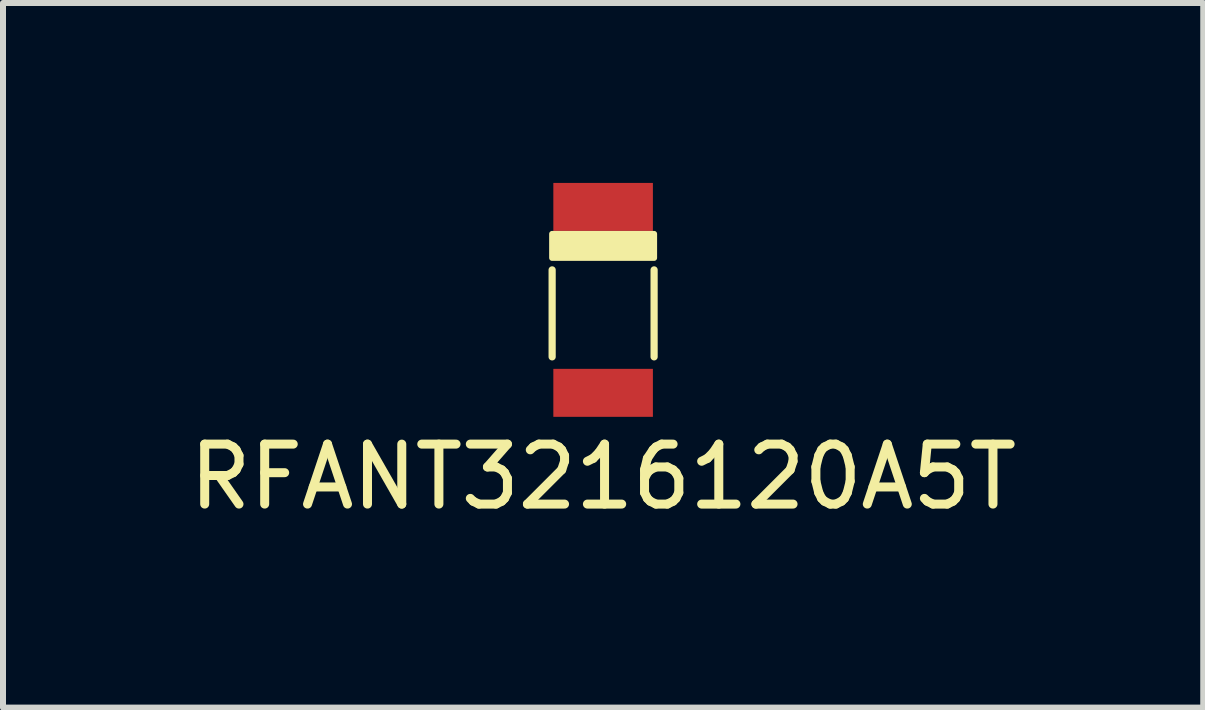
<source format=kicad_pcb>
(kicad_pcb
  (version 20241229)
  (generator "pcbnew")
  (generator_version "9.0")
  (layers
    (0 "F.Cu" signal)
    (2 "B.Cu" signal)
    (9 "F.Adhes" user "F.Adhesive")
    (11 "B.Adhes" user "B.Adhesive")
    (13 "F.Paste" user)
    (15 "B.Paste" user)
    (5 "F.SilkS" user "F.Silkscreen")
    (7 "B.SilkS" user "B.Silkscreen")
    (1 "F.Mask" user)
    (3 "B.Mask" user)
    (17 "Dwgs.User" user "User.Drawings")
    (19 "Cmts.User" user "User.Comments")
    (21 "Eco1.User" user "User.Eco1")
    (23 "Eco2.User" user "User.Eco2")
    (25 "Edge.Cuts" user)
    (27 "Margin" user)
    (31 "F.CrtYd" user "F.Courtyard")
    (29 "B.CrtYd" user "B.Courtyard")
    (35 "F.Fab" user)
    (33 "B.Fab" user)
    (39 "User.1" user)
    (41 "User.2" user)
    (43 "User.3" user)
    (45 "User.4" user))
  (footprint "RFANT3216120A5T"
    (layer "F.Cu")
    (at 7.006 1.95)
    (property "Reference" "RFANT3216120A5T" (at 0 2.95 0) (layer "F.SilkS") (effects (font (size 1 1) (thickness 0.15))))
    (attr smd)
    (fp_line (start -0.85 -0.5) (end -0.85 0.95) (stroke (width 0.12) (type solid)) (layer "F.SilkS"))
    (fp_line (start 0.85 -0.5) (end 0.85 0.95) (stroke (width 0.12) (type solid)) (layer "F.SilkS"))
    (fp_poly (pts (xy -0.85 -1.1) (xy 0.85 -1.1) (xy 0.85 -0.7) (xy -0.85 -0.7)) (stroke (width 0.1) (type solid)) (fill yes) (layer "F.SilkS"))
    (pad "1" smd rect (at 0 -1.55) (size 1.66 0.8) (layers "F.Cu" "F.Mask" "F.Paste"))
    (pad "2" smd rect (at 0 1.55) (size 1.66 0.8) (layers "F.Cu" "F.Mask" "F.Paste")))
  (gr_rect
    (start -3 -3)
    (end 17.012 8.748)
    (stroke (width 0.1) (type default))
    (fill no)
    (layer "Edge.Cuts")))
</source>
